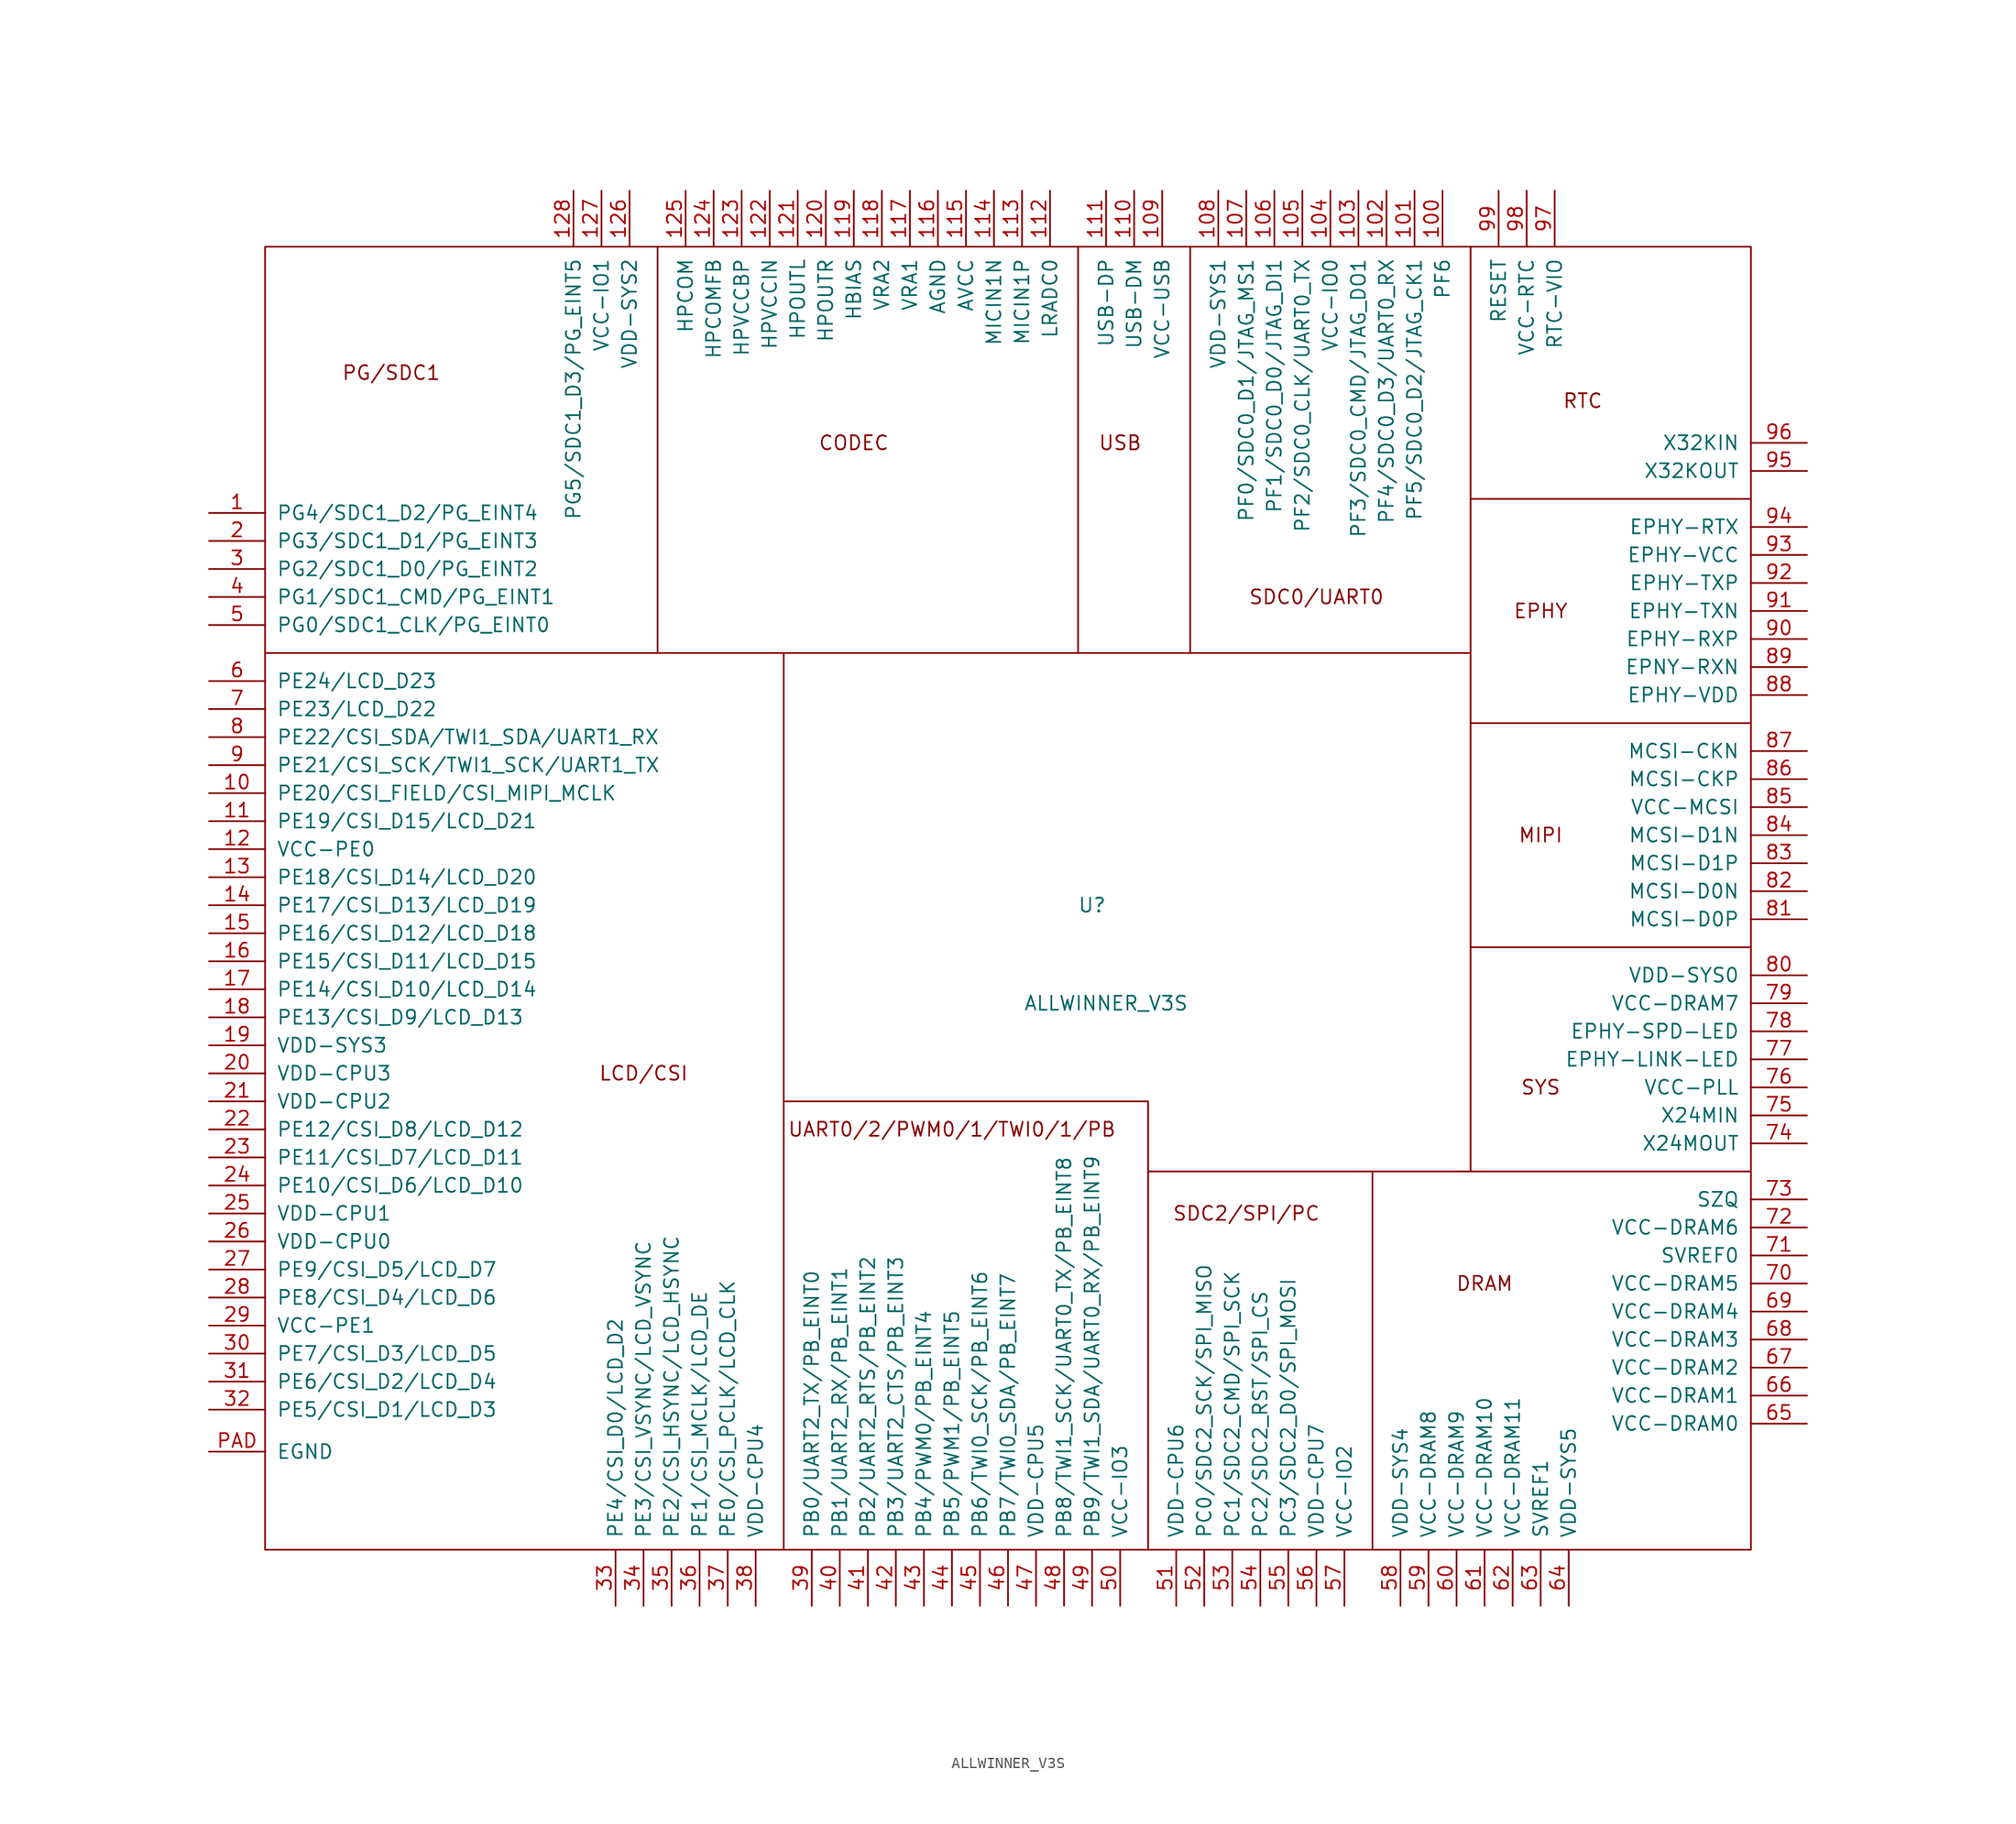
<source format=kicad_sym>
(kicad_symbol_lib
  (version 20211014)
  (generator kicad_symbol_editor)
  (symbol "ALLWINNER_V3S"
    (pin_names
      (offset 1.016))
    (property "Reference" "U"
      (at 2.54 5.08 0)
      (effects (font (size 1.27 1.27))))
    (property "Value" "ALLWINNER_V3S"
      (at 3.81 -3.81 0)
      (effects (font (size 1.27 1.27))))
    (symbol "ALLWINNER_V3S_0_0"
      (polyline (pts (xy -36.83 64.77) (xy -36.83 27.94)) (stroke (width 0) (type default) (color 0 0 0 0)) (fill (type none)))
      (polyline (pts (xy 27.94 -19.05) (xy 7.62 -19.05)) (stroke (width 0) (type default) (color 0 0 0 0)) (fill (type none)))
      (polyline (pts (xy 62.23 41.91) (xy 36.83 41.91)) (stroke (width 0) (type default) (color 0 0 0 0)) (fill (type none)))
      (polyline (pts (xy 1.27 27.94) (xy 11.43 27.94) (xy 11.43 64.77)) (stroke (width 0) (type default) (color 0 0 0 0)) (fill (type none)))
      (polyline (pts (xy 1.27 64.77) (xy 1.27 27.94) (xy -25.4 27.94)) (stroke (width 0) (type default) (color 0 0 0 0)) (fill (type none)))
      (polyline (pts (xy 7.62 -53.34) (xy 7.62 -12.7) (xy -25.4 -12.7)) (stroke (width 0) (type default) (color 0 0 0 0)) (fill (type none)))
      (polyline (pts (xy 27.94 -53.34) (xy 27.94 -19.05) (xy 36.83 -19.05)) (stroke (width 0) (type default) (color 0 0 0 0)) (fill (type none)))
      (polyline (pts (xy 36.83 64.77) (xy 36.83 27.94) (xy 11.43 27.94)) (stroke (width 0) (type default) (color 0 0 0 0)) (fill (type none)))
      (polyline (pts (xy 62.23 -19.05) (xy 36.83 -19.05) (xy 36.83 1.27)) (stroke (width 0) (type default) (color 0 0 0 0)) (fill (type none)))
      (polyline (pts (xy 62.23 1.27) (xy 36.83 1.27) (xy 36.83 21.59)) (stroke (width 0) (type default) (color 0 0 0 0)) (fill (type none)))
      (polyline (pts (xy 62.23 21.59) (xy 36.83 21.59) (xy 36.83 27.94)) (stroke (width 0) (type default) (color 0 0 0 0)) (fill (type none)))
      (text "CODEC" (at -19.05 46.99 0) (effects (font (size 1.27 1.27))))
      (text "DRAM" (at 38.1 -29.21 0) (effects (font (size 1.27 1.27))))
      (text "EPHY" (at 43.18 31.75 0) (effects (font (size 1.27 1.27))))
      (text "LCD/CSI" (at -38.1 -10.16 0) (effects (font (size 1.27 1.27))))
      (text "MIPI" (at 43.18 11.43 0) (effects (font (size 1.27 1.27))))
      (text "PG/SDC1" (at -60.96 53.34 0) (effects (font (size 1.27 1.27))))
      (text "RTC" (at 46.99 50.8 0) (effects (font (size 1.27 1.27))))
      (text "SDC0/UART0" (at 22.86 33.02 0) (effects (font (size 1.27 1.27))))
      (text "SDC2/SPI/PC" (at 16.51 -22.86 0) (effects (font (size 1.27 1.27))))
      (text "SYS" (at 43.18 -11.43 0) (effects (font (size 1.27 1.27))))
      (text "UART0/2/PWM0/1/TWI0/1/PB" (at -10.16 -15.24 0) (effects (font (size 1.27 1.27))))
      (text "USB" (at 5.08 46.99 0) (effects (font (size 1.27 1.27)))))
    (symbol "ALLWINNER_V3S_0_1"
      (rectangle (start -72.39 64.77) (end 62.23 -53.34) (stroke (width 0) (type default) (color 0 0 0 0)) (fill (type none)))
      (polyline (pts (xy -72.39 27.94) (xy -25.4 27.94) (xy -25.4 -53.34)) (stroke (width 0) (type default) (color 0 0 0 0)) (fill (type none))))
    (symbol "ALLWINNER_V3S_1_1"
      (pin input line (at -77.47 40.64 0) (length 5.08) (name "PG4/SDC1_D2/PG_EINT4" (effects (font (size 1.27 1.27)))) (number "1" (effects (font (size 1.27 1.27)))))
      (pin input line (at -77.47 15.24 0) (length 5.08) (name "PE20/CSI_FIELD/CSI_MIPI_MCLK" (effects (font (size 1.27 1.27)))) (number "10" (effects (font (size 1.27 1.27)))))
      (pin input line (at 34.29 69.85 270) (length 5.08) (name "PF6" (effects (font (size 1.27 1.27)))) (number "100" (effects (font (size 1.27 1.27)))))
      (pin input line (at 31.75 69.85 270) (length 5.08) (name "PF5/SDC0_D2/JTAG_CK1" (effects (font (size 1.27 1.27)))) (number "101" (effects (font (size 1.27 1.27)))))
      (pin input line (at 29.21 69.85 270) (length 5.08) (name "PF4/SDC0_D3/UART0_RX" (effects (font (size 1.27 1.27)))) (number "102" (effects (font (size 1.27 1.27)))))
      (pin input line (at 26.67 69.85 270) (length 5.08) (name "PF3/SDC0_CMD/JTAG_DO1" (effects (font (size 1.27 1.27)))) (number "103" (effects (font (size 1.27 1.27)))))
      (pin input line (at 24.13 69.85 270) (length 5.08) (name "VCC-IO0" (effects (font (size 1.27 1.27)))) (number "104" (effects (font (size 1.27 1.27)))))
      (pin input line (at 21.59 69.85 270) (length 5.08) (name "PF2/SDC0_CLK/UART0_TX" (effects (font (size 1.27 1.27)))) (number "105" (effects (font (size 1.27 1.27)))))
      (pin input line (at 19.05 69.85 270) (length 5.08) (name "PF1/SDC0_D0/JTAG_DI1" (effects (font (size 1.27 1.27)))) (number "106" (effects (font (size 1.27 1.27)))))
      (pin input line (at 16.51 69.85 270) (length 5.08) (name "PF0/SDC0_D1/JTAG_MS1" (effects (font (size 1.27 1.27)))) (number "107" (effects (font (size 1.27 1.27)))))
      (pin input line (at 13.97 69.85 270) (length 5.08) (name "VDD-SYS1" (effects (font (size 1.27 1.27)))) (number "108" (effects (font (size 1.27 1.27)))))
      (pin input line (at 8.89 69.85 270) (length 5.08) (name "VCC-USB" (effects (font (size 1.27 1.27)))) (number "109" (effects (font (size 1.27 1.27)))))
      (pin input line (at -77.47 12.7 0) (length 5.08) (name "PE19/CSI_D15/LCD_D21" (effects (font (size 1.27 1.27)))) (number "11" (effects (font (size 1.27 1.27)))))
      (pin input line (at 6.35 69.85 270) (length 5.08) (name "USB-DM" (effects (font (size 1.27 1.27)))) (number "110" (effects (font (size 1.27 1.27)))))
      (pin input line (at 3.81 69.85 270) (length 5.08) (name "USB-DP" (effects (font (size 1.27 1.27)))) (number "111" (effects (font (size 1.27 1.27)))))
      (pin input line (at -1.27 69.85 270) (length 5.08) (name "LRADC0" (effects (font (size 1.27 1.27)))) (number "112" (effects (font (size 1.27 1.27)))))
      (pin input line (at -3.81 69.85 270) (length 5.08) (name "MICIN1P" (effects (font (size 1.27 1.27)))) (number "113" (effects (font (size 1.27 1.27)))))
      (pin input line (at -6.35 69.85 270) (length 5.08) (name "MICIN1N" (effects (font (size 1.27 1.27)))) (number "114" (effects (font (size 1.27 1.27)))))
      (pin input line (at -8.89 69.85 270) (length 5.08) (name "AVCC" (effects (font (size 1.27 1.27)))) (number "115" (effects (font (size 1.27 1.27)))))
      (pin input line (at -11.43 69.85 270) (length 5.08) (name "AGND" (effects (font (size 1.27 1.27)))) (number "116" (effects (font (size 1.27 1.27)))))
      (pin input line (at -13.97 69.85 270) (length 5.08) (name "VRA1" (effects (font (size 1.27 1.27)))) (number "117" (effects (font (size 1.27 1.27)))))
      (pin input line (at -16.51 69.85 270) (length 5.08) (name "VRA2" (effects (font (size 1.27 1.27)))) (number "118" (effects (font (size 1.27 1.27)))))
      (pin input line (at -19.05 69.85 270) (length 5.08) (name "HBIAS" (effects (font (size 1.27 1.27)))) (number "119" (effects (font (size 1.27 1.27)))))
      (pin input line (at -77.47 10.16 0) (length 5.08) (name "VCC-PE0" (effects (font (size 1.27 1.27)))) (number "12" (effects (font (size 1.27 1.27)))))
      (pin input line (at -21.59 69.85 270) (length 5.08) (name "HPOUTR" (effects (font (size 1.27 1.27)))) (number "120" (effects (font (size 1.27 1.27)))))
      (pin input line (at -24.13 69.85 270) (length 5.08) (name "HPOUTL" (effects (font (size 1.27 1.27)))) (number "121" (effects (font (size 1.27 1.27)))))
      (pin input line (at -26.67 69.85 270) (length 5.08) (name "HPVCCIN" (effects (font (size 1.27 1.27)))) (number "122" (effects (font (size 1.27 1.27)))))
      (pin input line (at -29.21 69.85 270) (length 5.08) (name "HPVCCBP" (effects (font (size 1.27 1.27)))) (number "123" (effects (font (size 1.27 1.27)))))
      (pin input line (at -31.75 69.85 270) (length 5.08) (name "HPCOMFB" (effects (font (size 1.27 1.27)))) (number "124" (effects (font (size 1.27 1.27)))))
      (pin input line (at -34.29 69.85 270) (length 5.08) (name "HPCOM" (effects (font (size 1.27 1.27)))) (number "125" (effects (font (size 1.27 1.27)))))
      (pin input line (at -39.37 69.85 270) (length 5.08) (name "VDD-SYS2" (effects (font (size 1.27 1.27)))) (number "126" (effects (font (size 1.27 1.27)))))
      (pin input line (at -41.91 69.85 270) (length 5.08) (name "VCC-IO1" (effects (font (size 1.27 1.27)))) (number "127" (effects (font (size 1.27 1.27)))))
      (pin input line (at -44.45 69.85 270) (length 5.08) (name "PG5/SDC1_D3/PG_EINT5" (effects (font (size 1.27 1.27)))) (number "128" (effects (font (size 1.27 1.27)))))
      (pin input line (at -77.47 7.62 0) (length 5.08) (name "PE18/CSI_D14/LCD_D20" (effects (font (size 1.27 1.27)))) (number "13" (effects (font (size 1.27 1.27)))))
      (pin input line (at -77.47 5.08 0) (length 5.08) (name "PE17/CSI_D13/LCD_D19" (effects (font (size 1.27 1.27)))) (number "14" (effects (font (size 1.27 1.27)))))
      (pin input line (at -77.47 2.54 0) (length 5.08) (name "PE16/CSI_D12/LCD_D18" (effects (font (size 1.27 1.27)))) (number "15" (effects (font (size 1.27 1.27)))))
      (pin input line (at -77.47 0 0) (length 5.08) (name "PE15/CSI_D11/LCD_D15" (effects (font (size 1.27 1.27)))) (number "16" (effects (font (size 1.27 1.27)))))
      (pin input line (at -77.47 -2.54 0) (length 5.08) (name "PE14/CSI_D10/LCD_D14" (effects (font (size 1.27 1.27)))) (number "17" (effects (font (size 1.27 1.27)))))
      (pin input line (at -77.47 -5.08 0) (length 5.08) (name "PE13/CSI_D9/LCD_D13" (effects (font (size 1.27 1.27)))) (number "18" (effects (font (size 1.27 1.27)))))
      (pin input line (at -77.47 -7.62 0) (length 5.08) (name "VDD-SYS3" (effects (font (size 1.27 1.27)))) (number "19" (effects (font (size 1.27 1.27)))))
      (pin input line (at -77.47 38.1 0) (length 5.08) (name "PG3/SDC1_D1/PG_EINT3" (effects (font (size 1.27 1.27)))) (number "2" (effects (font (size 1.27 1.27)))))
      (pin input line (at -77.47 -10.16 0) (length 5.08) (name "VDD-CPU3" (effects (font (size 1.27 1.27)))) (number "20" (effects (font (size 1.27 1.27)))))
      (pin input line (at -77.47 -12.7 0) (length 5.08) (name "VDD-CPU2" (effects (font (size 1.27 1.27)))) (number "21" (effects (font (size 1.27 1.27)))))
      (pin input line (at -77.47 -15.24 0) (length 5.08) (name "PE12/CSI_D8/LCD_D12" (effects (font (size 1.27 1.27)))) (number "22" (effects (font (size 1.27 1.27)))))
      (pin input line (at -77.47 -17.78 0) (length 5.08) (name "PE11/CSI_D7/LCD_D11" (effects (font (size 1.27 1.27)))) (number "23" (effects (font (size 1.27 1.27)))))
      (pin input line (at -77.47 -20.32 0) (length 5.08) (name "PE10/CSI_D6/LCD_D10" (effects (font (size 1.27 1.27)))) (number "24" (effects (font (size 1.27 1.27)))))
      (pin input line (at -77.47 -22.86 0) (length 5.08) (name "VDD-CPU1" (effects (font (size 1.27 1.27)))) (number "25" (effects (font (size 1.27 1.27)))))
      (pin input line (at -77.47 -25.4 0) (length 5.08) (name "VDD-CPU0" (effects (font (size 1.27 1.27)))) (number "26" (effects (font (size 1.27 1.27)))))
      (pin input line (at -77.47 -27.94 0) (length 5.08) (name "PE9/CSI_D5/LCD_D7" (effects (font (size 1.27 1.27)))) (number "27" (effects (font (size 1.27 1.27)))))
      (pin input line (at -77.47 -30.48 0) (length 5.08) (name "PE8/CSI_D4/LCD_D6" (effects (font (size 1.27 1.27)))) (number "28" (effects (font (size 1.27 1.27)))))
      (pin input line (at -77.47 -33.02 0) (length 5.08) (name "VCC-PE1" (effects (font (size 1.27 1.27)))) (number "29" (effects (font (size 1.27 1.27)))))
      (pin input line (at -77.47 35.56 0) (length 5.08) (name "PG2/SDC1_D0/PG_EINT2" (effects (font (size 1.27 1.27)))) (number "3" (effects (font (size 1.27 1.27)))))
      (pin input line (at -77.47 -35.56 0) (length 5.08) (name "PE7/CSI_D3/LCD_D5" (effects (font (size 1.27 1.27)))) (number "30" (effects (font (size 1.27 1.27)))))
      (pin input line (at -77.47 -38.1 0) (length 5.08) (name "PE6/CSI_D2/LCD_D4" (effects (font (size 1.27 1.27)))) (number "31" (effects (font (size 1.27 1.27)))))
      (pin input line (at -77.47 -40.64 0) (length 5.08) (name "PE5/CSI_D1/LCD_D3" (effects (font (size 1.27 1.27)))) (number "32" (effects (font (size 1.27 1.27)))))
      (pin input line (at -40.64 -58.42 90) (length 5.08) (name "PE4/CSI_D0/LCD_D2" (effects (font (size 1.27 1.27)))) (number "33" (effects (font (size 1.27 1.27)))))
      (pin input line (at -38.1 -58.42 90) (length 5.08) (name "PE3/CSI_VSYNC/LCD_VSYNC" (effects (font (size 1.27 1.27)))) (number "34" (effects (font (size 1.27 1.27)))))
      (pin input line (at -35.56 -58.42 90) (length 5.08) (name "PE2/CSI_HSYNC/LCD_HSYNC" (effects (font (size 1.27 1.27)))) (number "35" (effects (font (size 1.27 1.27)))))
      (pin input line (at -33.02 -58.42 90) (length 5.08) (name "PE1/CSI_MCLK/LCD_DE" (effects (font (size 1.27 1.27)))) (number "36" (effects (font (size 1.27 1.27)))))
      (pin input line (at -30.48 -58.42 90) (length 5.08) (name "PE0/CSI_PCLK/LCD_CLK" (effects (font (size 1.27 1.27)))) (number "37" (effects (font (size 1.27 1.27)))))
      (pin input line (at -27.94 -58.42 90) (length 5.08) (name "VDD-CPU4" (effects (font (size 1.27 1.27)))) (number "38" (effects (font (size 1.27 1.27)))))
      (pin input line (at -22.86 -58.42 90) (length 5.08) (name "PB0/UART2_TX/PB_EINT0" (effects (font (size 1.27 1.27)))) (number "39" (effects (font (size 1.27 1.27)))))
      (pin input line (at -77.47 33.02 0) (length 5.08) (name "PG1/SDC1_CMD/PG_EINT1" (effects (font (size 1.27 1.27)))) (number "4" (effects (font (size 1.27 1.27)))))
      (pin input line (at -20.32 -58.42 90) (length 5.08) (name "PB1/UART2_RX/PB_EINT1" (effects (font (size 1.27 1.27)))) (number "40" (effects (font (size 1.27 1.27)))))
      (pin input line (at -17.78 -58.42 90) (length 5.08) (name "PB2/UART2_RTS/PB_EINT2" (effects (font (size 1.27 1.27)))) (number "41" (effects (font (size 1.27 1.27)))))
      (pin input line (at -15.24 -58.42 90) (length 5.08) (name "PB3/UART2_CTS/PB_EINT3" (effects (font (size 1.27 1.27)))) (number "42" (effects (font (size 1.27 1.27)))))
      (pin input line (at -12.7 -58.42 90) (length 5.08) (name "PB4/PWM0/PB_EINT4" (effects (font (size 1.27 1.27)))) (number "43" (effects (font (size 1.27 1.27)))))
      (pin input line (at -10.16 -58.42 90) (length 5.08) (name "PB5/PWM1/PB_EINT5" (effects (font (size 1.27 1.27)))) (number "44" (effects (font (size 1.27 1.27)))))
      (pin input line (at -7.62 -58.42 90) (length 5.08) (name "PB6/TWI0_SCK/PB_EINT6" (effects (font (size 1.27 1.27)))) (number "45" (effects (font (size 1.27 1.27)))))
      (pin input line (at -5.08 -58.42 90) (length 5.08) (name "PB7/TWI0_SDA/PB_EINT7" (effects (font (size 1.27 1.27)))) (number "46" (effects (font (size 1.27 1.27)))))
      (pin input line (at -2.54 -58.42 90) (length 5.08) (name "VDD-CPU5" (effects (font (size 1.27 1.27)))) (number "47" (effects (font (size 1.27 1.27)))))
      (pin input line (at 0 -58.42 90) (length 5.08) (name "PB8/TWI1_SCK/UART0_TX/PB_EINT8" (effects (font (size 1.27 1.27)))) (number "48" (effects (font (size 1.27 1.27)))))
      (pin input line (at 2.54 -58.42 90) (length 5.08) (name "PB9/TWI1_SDA/UART0_RX/PB_EINT9" (effects (font (size 1.27 1.27)))) (number "49" (effects (font (size 1.27 1.27)))))
      (pin input line (at -77.47 30.48 0) (length 5.08) (name "PG0/SDC1_CLK/PG_EINT0" (effects (font (size 1.27 1.27)))) (number "5" (effects (font (size 1.27 1.27)))))
      (pin input line (at 5.08 -58.42 90) (length 5.08) (name "VCC-IO3" (effects (font (size 1.27 1.27)))) (number "50" (effects (font (size 1.27 1.27)))))
      (pin input line (at 10.16 -58.42 90) (length 5.08) (name "VDD-CPU6" (effects (font (size 1.27 1.27)))) (number "51" (effects (font (size 1.27 1.27)))))
      (pin input line (at 12.7 -58.42 90) (length 5.08) (name "PC0/SDC2_SCK/SPI_MISO" (effects (font (size 1.27 1.27)))) (number "52" (effects (font (size 1.27 1.27)))))
      (pin input line (at 15.24 -58.42 90) (length 5.08) (name "PC1/SDC2_CMD/SPI_SCK" (effects (font (size 1.27 1.27)))) (number "53" (effects (font (size 1.27 1.27)))))
      (pin input line (at 17.78 -58.42 90) (length 5.08) (name "PC2/SDC2_RST/SPI_CS" (effects (font (size 1.27 1.27)))) (number "54" (effects (font (size 1.27 1.27)))))
      (pin input line (at 20.32 -58.42 90) (length 5.08) (name "PC3/SDC2_D0/SPI_MOSI" (effects (font (size 1.27 1.27)))) (number "55" (effects (font (size 1.27 1.27)))))
      (pin input line (at 22.86 -58.42 90) (length 5.08) (name "VDD-CPU7" (effects (font (size 1.27 1.27)))) (number "56" (effects (font (size 1.27 1.27)))))
      (pin input line (at 25.4 -58.42 90) (length 5.08) (name "VCC-IO2" (effects (font (size 1.27 1.27)))) (number "57" (effects (font (size 1.27 1.27)))))
      (pin input line (at 30.48 -58.42 90) (length 5.08) (name "VDD-SYS4" (effects (font (size 1.27 1.27)))) (number "58" (effects (font (size 1.27 1.27)))))
      (pin input line (at 33.02 -58.42 90) (length 5.08) (name "VCC-DRAM8" (effects (font (size 1.27 1.27)))) (number "59" (effects (font (size 1.27 1.27)))))
      (pin input line (at -77.47 25.4 0) (length 5.08) (name "PE24/LCD_D23" (effects (font (size 1.27 1.27)))) (number "6" (effects (font (size 1.27 1.27)))))
      (pin input line (at 35.56 -58.42 90) (length 5.08) (name "VCC-DRAM9" (effects (font (size 1.27 1.27)))) (number "60" (effects (font (size 1.27 1.27)))))
      (pin input line (at 38.1 -58.42 90) (length 5.08) (name "VCC-DRAM10" (effects (font (size 1.27 1.27)))) (number "61" (effects (font (size 1.27 1.27)))))
      (pin input line (at 40.64 -58.42 90) (length 5.08) (name "VCC-DRAM11" (effects (font (size 1.27 1.27)))) (number "62" (effects (font (size 1.27 1.27)))))
      (pin input line (at 43.18 -58.42 90) (length 5.08) (name "SVREF1" (effects (font (size 1.27 1.27)))) (number "63" (effects (font (size 1.27 1.27)))))
      (pin input line (at 45.72 -58.42 90) (length 5.08) (name "VDD-SYS5" (effects (font (size 1.27 1.27)))) (number "64" (effects (font (size 1.27 1.27)))))
      (pin input line (at 67.31 -41.91 180) (length 5.08) (name "VCC-DRAM0" (effects (font (size 1.27 1.27)))) (number "65" (effects (font (size 1.27 1.27)))))
      (pin input line (at 67.31 -39.37 180) (length 5.08) (name "VCC-DRAM1" (effects (font (size 1.27 1.27)))) (number "66" (effects (font (size 1.27 1.27)))))
      (pin input line (at 67.31 -36.83 180) (length 5.08) (name "VCC-DRAM2" (effects (font (size 1.27 1.27)))) (number "67" (effects (font (size 1.27 1.27)))))
      (pin input line (at 67.31 -34.29 180) (length 5.08) (name "VCC-DRAM3" (effects (font (size 1.27 1.27)))) (number "68" (effects (font (size 1.27 1.27)))))
      (pin input line (at 67.31 -31.75 180) (length 5.08) (name "VCC-DRAM4" (effects (font (size 1.27 1.27)))) (number "69" (effects (font (size 1.27 1.27)))))
      (pin input line (at -77.47 22.86 0) (length 5.08) (name "PE23/LCD_D22" (effects (font (size 1.27 1.27)))) (number "7" (effects (font (size 1.27 1.27)))))
      (pin input line (at 67.31 -29.21 180) (length 5.08) (name "VCC-DRAM5" (effects (font (size 1.27 1.27)))) (number "70" (effects (font (size 1.27 1.27)))))
      (pin input line (at 67.31 -26.67 180) (length 5.08) (name "SVREF0" (effects (font (size 1.27 1.27)))) (number "71" (effects (font (size 1.27 1.27)))))
      (pin input line (at 67.31 -24.13 180) (length 5.08) (name "VCC-DRAM6" (effects (font (size 1.27 1.27)))) (number "72" (effects (font (size 1.27 1.27)))))
      (pin input line (at 67.31 -21.59 180) (length 5.08) (name "SZQ" (effects (font (size 1.27 1.27)))) (number "73" (effects (font (size 1.27 1.27)))))
      (pin input line (at 67.31 -16.51 180) (length 5.08) (name "X24MOUT" (effects (font (size 1.27 1.27)))) (number "74" (effects (font (size 1.27 1.27)))))
      (pin input line (at 67.31 -13.97 180) (length 5.08) (name "X24MIN" (effects (font (size 1.27 1.27)))) (number "75" (effects (font (size 1.27 1.27)))))
      (pin input line (at 67.31 -11.43 180) (length 5.08) (name "VCC-PLL" (effects (font (size 1.27 1.27)))) (number "76" (effects (font (size 1.27 1.27)))))
      (pin input line (at 67.31 -8.89 180) (length 5.08) (name "EPHY-LINK-LED" (effects (font (size 1.27 1.27)))) (number "77" (effects (font (size 1.27 1.27)))))
      (pin input line (at 67.31 -6.35 180) (length 5.08) (name "EPHY-SPD-LED" (effects (font (size 1.27 1.27)))) (number "78" (effects (font (size 1.27 1.27)))))
      (pin input line (at 67.31 -3.81 180) (length 5.08) (name "VCC-DRAM7" (effects (font (size 1.27 1.27)))) (number "79" (effects (font (size 1.27 1.27)))))
      (pin input line (at -77.47 20.32 0) (length 5.08) (name "PE22/CSI_SDA/TWI1_SDA/UART1_RX" (effects (font (size 1.27 1.27)))) (number "8" (effects (font (size 1.27 1.27)))))
      (pin input line (at 67.31 -1.27 180) (length 5.08) (name "VDD-SYS0" (effects (font (size 1.27 1.27)))) (number "80" (effects (font (size 1.27 1.27)))))
      (pin input line (at 67.31 3.81 180) (length 5.08) (name "MCSI-D0P" (effects (font (size 1.27 1.27)))) (number "81" (effects (font (size 1.27 1.27)))))
      (pin input line (at 67.31 6.35 180) (length 5.08) (name "MCSI-D0N" (effects (font (size 1.27 1.27)))) (number "82" (effects (font (size 1.27 1.27)))))
      (pin input line (at 67.31 8.89 180) (length 5.08) (name "MCSI-D1P" (effects (font (size 1.27 1.27)))) (number "83" (effects (font (size 1.27 1.27)))))
      (pin input line (at 67.31 11.43 180) (length 5.08) (name "MCSI-D1N" (effects (font (size 1.27 1.27)))) (number "84" (effects (font (size 1.27 1.27)))))
      (pin input line (at 67.31 13.97 180) (length 5.08) (name "VCC-MCSI" (effects (font (size 1.27 1.27)))) (number "85" (effects (font (size 1.27 1.27)))))
      (pin input line (at 67.31 16.51 180) (length 5.08) (name "MCSI-CKP" (effects (font (size 1.27 1.27)))) (number "86" (effects (font (size 1.27 1.27)))))
      (pin input line (at 67.31 19.05 180) (length 5.08) (name "MCSI-CKN" (effects (font (size 1.27 1.27)))) (number "87" (effects (font (size 1.27 1.27)))))
      (pin input line (at 67.31 24.13 180) (length 5.08) (name "EPHY-VDD" (effects (font (size 1.27 1.27)))) (number "88" (effects (font (size 1.27 1.27)))))
      (pin input line (at 67.31 26.67 180) (length 5.08) (name "EPNY-RXN" (effects (font (size 1.27 1.27)))) (number "89" (effects (font (size 1.27 1.27)))))
      (pin input line (at -77.47 17.78 0) (length 5.08) (name "PE21/CSI_SCK/TWI1_SCK/UART1_TX" (effects (font (size 1.27 1.27)))) (number "9" (effects (font (size 1.27 1.27)))))
      (pin input line (at 67.31 29.21 180) (length 5.08) (name "EPHY-RXP" (effects (font (size 1.27 1.27)))) (number "90" (effects (font (size 1.27 1.27)))))
      (pin input line (at 67.31 31.75 180) (length 5.08) (name "EPHY-TXN" (effects (font (size 1.27 1.27)))) (number "91" (effects (font (size 1.27 1.27)))))
      (pin input line (at 67.31 34.29 180) (length 5.08) (name "EPHY-TXP" (effects (font (size 1.27 1.27)))) (number "92" (effects (font (size 1.27 1.27)))))
      (pin input line (at 67.31 36.83 180) (length 5.08) (name "EPHY-VCC" (effects (font (size 1.27 1.27)))) (number "93" (effects (font (size 1.27 1.27)))))
      (pin input line (at 67.31 39.37 180) (length 5.08) (name "EPHY-RTX" (effects (font (size 1.27 1.27)))) (number "94" (effects (font (size 1.27 1.27)))))
      (pin input line (at 67.31 44.45 180) (length 5.08) (name "X32KOUT" (effects (font (size 1.27 1.27)))) (number "95" (effects (font (size 1.27 1.27)))))
      (pin input line (at 67.31 46.99 180) (length 5.08) (name "X32KIN" (effects (font (size 1.27 1.27)))) (number "96" (effects (font (size 1.27 1.27)))))
      (pin input line (at 44.45 69.85 270) (length 5.08) (name "RTC-VIO" (effects (font (size 1.27 1.27)))) (number "97" (effects (font (size 1.27 1.27)))))
      (pin input line (at 41.91 69.85 270) (length 5.08) (name "VCC-RTC" (effects (font (size 1.27 1.27)))) (number "98" (effects (font (size 1.27 1.27)))))
      (pin input line (at 39.37 69.85 270) (length 5.08) (name "RESET" (effects (font (size 1.27 1.27)))) (number "99" (effects (font (size 1.27 1.27)))))
      (pin input line (at -77.47 -44.45 0) (length 5.08) (name "EGND" (effects (font (size 1.27 1.27)))) (number "PAD" (effects (font (size 1.27 1.27))))))))
</source>
